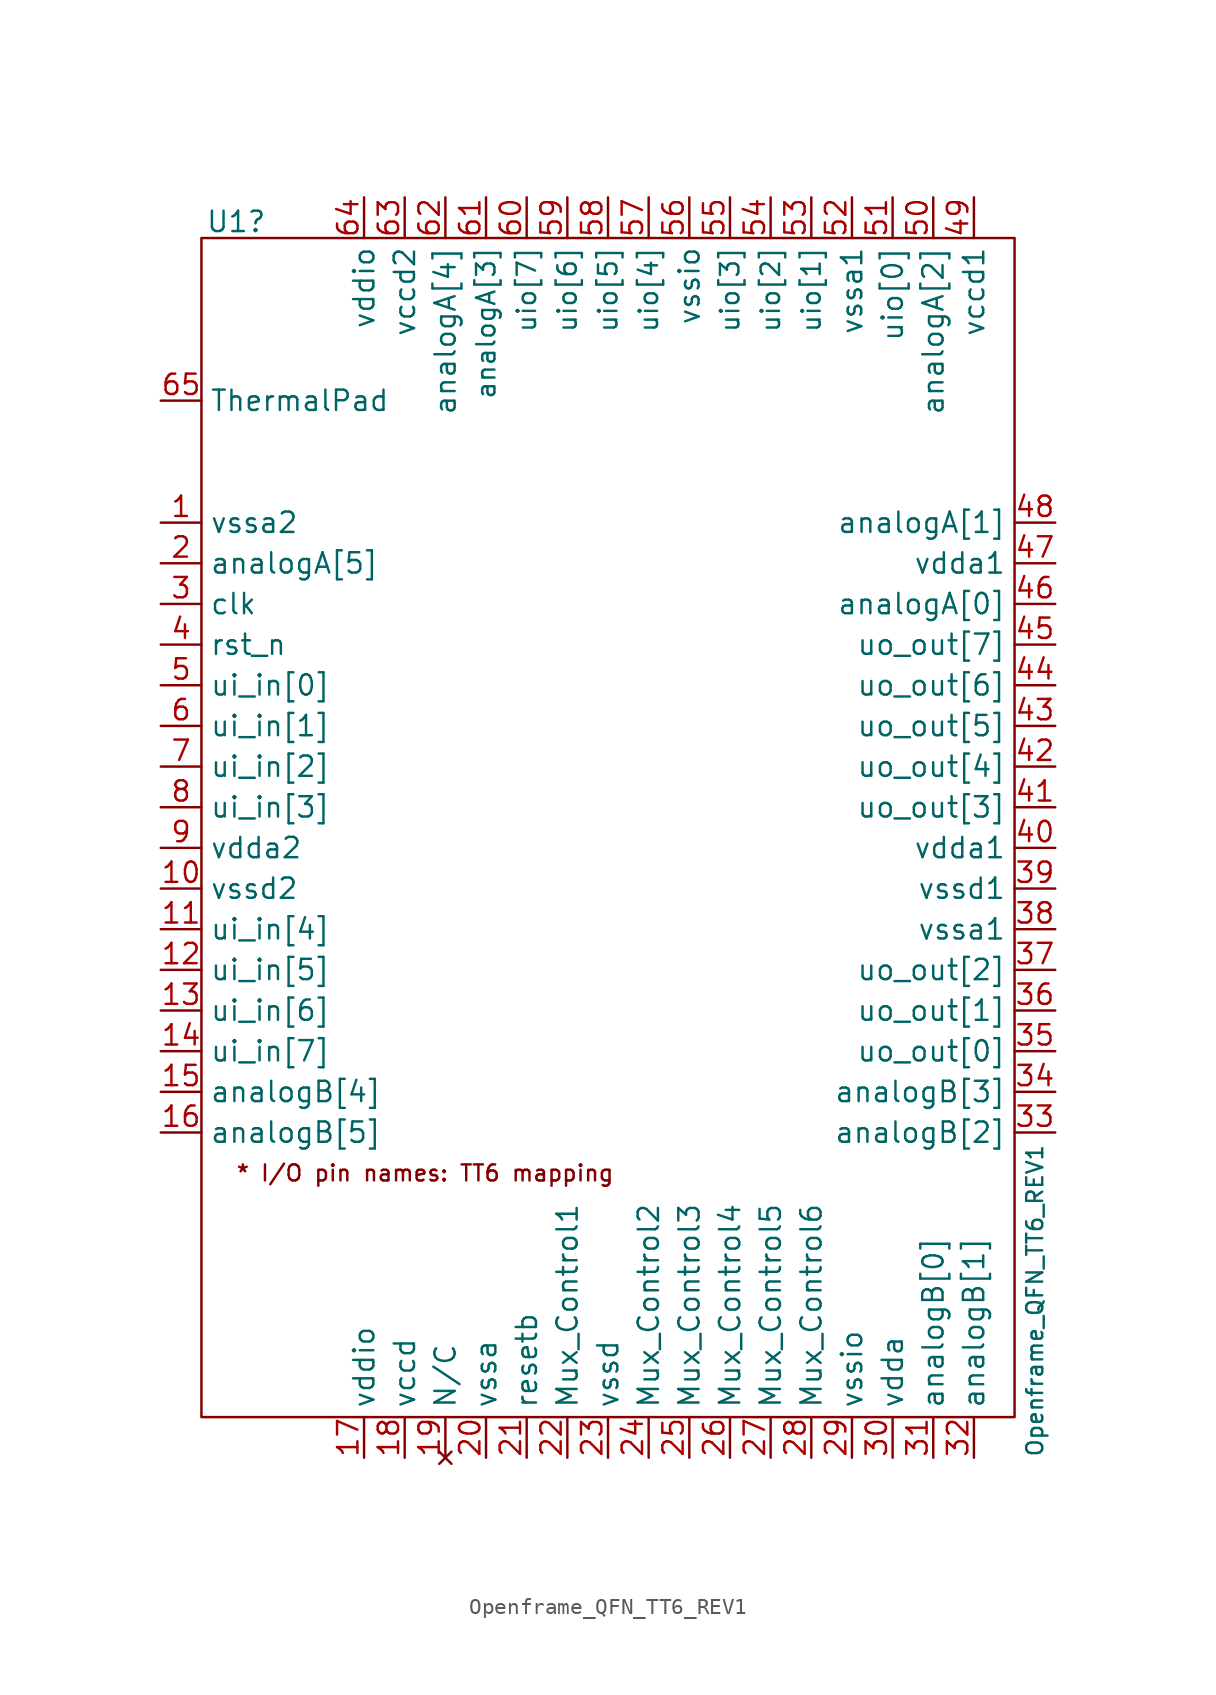
<source format=kicad_sym>
(kicad_symbol_lib
  (version 20241209)
  (generator "kicad_symbol_editor")
  (generator_version "9.0")
  (symbol "Openframe_QFN_TT6_REV1"
    (property "Reference" "U1"
      (at -26.416 41.656 0)
      (effects (font (size 1.27 1.27)) (justify left)))
    (property "Value" "Openframe_QFN_TT6_REV1"
      (at 25.4 -35.56 90)
      (effects (font (size 1 1)) (justify left)))
    (symbol "Openframe_QFN_TT6_REV1_0_1"
      (rectangle (start -26.67 40.64) (end 24.13 -33.02) (stroke (width 0) (type default)) (fill (type none))))
    (symbol "Openframe_QFN_TT6_REV1_1_1"
      (text "* I/O pin names: TT6 mapping" (at -12.7 -17.78 0) (effects (font (size 1 1))))
      (pin power_in line (at -29.21 30.48 0) (length 2.54) (name "ThermalPad" (effects (font (size 1.27 1.27)))) (number "65" (effects (font (size 1.27 1.27)))))
      (pin power_in line (at -29.21 22.86 0) (length 2.54) (name "vssa2" (effects (font (size 1.27 1.27)))) (number "1" (effects (font (size 1.27 1.27)))))
      (pin tri_state line (at -29.21 20.32 0) (length 2.54) (name "analogA[5]" (effects (font (size 1.27 1.27)))) (number "2" (effects (font (size 1.27 1.27)))))
      (pin input line (at -29.21 17.78 0) (length 2.54) (name "clk" (effects (font (size 1.27 1.27)))) (number "3" (effects (font (size 1.27 1.27)))))
      (pin input line (at -29.21 15.24 0) (length 2.54) (name "rst_n" (effects (font (size 1.27 1.27)))) (number "4" (effects (font (size 1.27 1.27)))))
      (pin input line (at -29.21 12.7 0) (length 2.54) (name "ui_in[0]" (effects (font (size 1.27 1.27)))) (number "5" (effects (font (size 1.27 1.27)))))
      (pin input line (at -29.21 10.16 0) (length 2.54) (name "ui_in[1]" (effects (font (size 1.27 1.27)))) (number "6" (effects (font (size 1.27 1.27)))))
      (pin input line (at -29.21 7.62 0) (length 2.54) (name "ui_in[2]" (effects (font (size 1.27 1.27)))) (number "7" (effects (font (size 1.27 1.27)))))
      (pin input line (at -29.21 5.08 0) (length 2.54) (name "ui_in[3]" (effects (font (size 1.27 1.27)))) (number "8" (effects (font (size 1.27 1.27)))))
      (pin power_in line (at -29.21 2.54 0) (length 2.54) (name "vdda2" (effects (font (size 1.27 1.27)))) (number "9" (effects (font (size 1.27 1.27)))))
      (pin power_in line (at -29.21 0 0) (length 2.54) (name "vssd2" (effects (font (size 1.27 1.27)))) (number "10" (effects (font (size 1.27 1.27)))))
      (pin input line (at -29.21 -2.54 0) (length 2.54) (name "ui_in[4]" (effects (font (size 1.27 1.27)))) (number "11" (effects (font (size 1.27 1.27)))))
      (pin input line (at -29.21 -5.08 0) (length 2.54) (name "ui_in[5]" (effects (font (size 1.27 1.27)))) (number "12" (effects (font (size 1.27 1.27)))))
      (pin input line (at -29.21 -7.62 0) (length 2.54) (name "ui_in[6]" (effects (font (size 1.27 1.27)))) (number "13" (effects (font (size 1.27 1.27)))))
      (pin input line (at -29.21 -10.16 0) (length 2.54) (name "ui_in[7]" (effects (font (size 1.27 1.27)))) (number "14" (effects (font (size 1.27 1.27)))))
      (pin tri_state line (at -29.21 -12.7 0) (length 2.54) (name "analogB[4]" (effects (font (size 1.27 1.27)))) (number "15" (effects (font (size 1.27 1.27)))))
      (pin tri_state line (at -29.21 -15.24 0) (length 2.54) (name "analogB[5]" (effects (font (size 1.27 1.27)))) (number "16" (effects (font (size 1.27 1.27)))))
      (pin power_in line (at -16.51 43.18 270) (length 2.54) (name "vddio" (effects (font (size 1.27 1.27)))) (number "64" (effects (font (size 1.27 1.27)))))
      (pin power_in line (at -16.51 -35.56 90) (length 2.54) (name "vddio" (effects (font (size 1.27 1.27)))) (number "17" (effects (font (size 1.27 1.27)))))
      (pin power_in line (at -13.97 43.18 270) (length 2.54) (name "vccd2" (effects (font (size 1.27 1.27)))) (number "63" (effects (font (size 1.27 1.27)))))
      (pin power_in line (at -13.97 -35.56 90) (length 2.54) (name "vccd" (effects (font (size 1.27 1.27)))) (number "18" (effects (font (size 1.27 1.27)))))
      (pin tri_state line (at -11.43 43.18 270) (length 2.54) (name "analogA[4]" (effects (font (size 1.27 1.27)))) (number "62" (effects (font (size 1.27 1.27)))))
      (pin no_connect line (at -11.43 -35.56 90) (length 2.54) (name "N/C" (effects (font (size 1.27 1.27)))) (number "19" (effects (font (size 1.27 1.27)))))
      (pin tri_state line (at -8.89 43.18 270) (length 2.54) (name "analogA[3]" (effects (font (size 1.15 1.15)))) (number "61" (effects (font (size 1.27 1.27)))))
      (pin power_in line (at -8.89 -35.56 90) (length 2.54) (name "vssa" (effects (font (size 1.27 1.27)))) (number "20" (effects (font (size 1.27 1.27)))))
      (pin bidirectional line (at -6.35 43.18 270) (length 2.54) (name "uio[7]" (effects (font (size 1.15 1.15)))) (number "60" (effects (font (size 1.27 1.27)))))
      (pin input line (at -6.35 -35.56 90) (length 2.54) (name "resetb" (effects (font (size 1.27 1.27)))) (number "21" (effects (font (size 1.27 1.27)))))
      (pin bidirectional line (at -3.81 43.18 270) (length 2.54) (name "uio[6]" (effects (font (size 1.15 1.15)))) (number "59" (effects (font (size 1.27 1.27)))))
      (pin input line (at -3.81 -35.56 90) (length 2.54) (name "Mux_Control1" (effects (font (size 1.27 1.27)))) (number "22" (effects (font (size 1.27 1.27)))))
      (pin bidirectional line (at -1.27 43.18 270) (length 2.54) (name "uio[5]" (effects (font (size 1.15 1.15)))) (number "58" (effects (font (size 1.27 1.27)))))
      (pin power_in line (at -1.27 -35.56 90) (length 2.54) (name "vssd" (effects (font (size 1.27 1.27)))) (number "23" (effects (font (size 1.27 1.27)))))
      (pin bidirectional line (at 1.27 43.18 270) (length 2.54) (name "uio[4]" (effects (font (size 1.15 1.15)))) (number "57" (effects (font (size 1.27 1.27)))))
      (pin output line (at 1.27 -35.56 90) (length 2.54) (name "Mux_Control2" (effects (font (size 1.27 1.27)))) (number "24" (effects (font (size 1.27 1.27)))))
      (pin power_in line (at 3.81 43.18 270) (length 2.54) (name "vssio" (effects (font (size 1.27 1.27)))) (number "56" (effects (font (size 1.27 1.27)))))
      (pin output line (at 3.81 -35.56 90) (length 2.54) (name "Mux_Control3" (effects (font (size 1.27 1.27)))) (number "25" (effects (font (size 1.27 1.27)))))
      (pin bidirectional line (at 6.35 43.18 270) (length 2.54) (name "uio[3]" (effects (font (size 1.15 1.15)))) (number "55" (effects (font (size 1.27 1.27)))))
      (pin bidirectional line (at 6.35 -35.56 90) (length 2.54) (name "Mux_Control4" (effects (font (size 1.27 1.27)))) (number "26" (effects (font (size 1.27 1.27)))))
      (pin bidirectional line (at 8.89 43.18 270) (length 2.54) (name "uio[2]" (effects (font (size 1.15 1.15)))) (number "54" (effects (font (size 1.27 1.27)))))
      (pin bidirectional line (at 8.89 -35.56 90) (length 2.54) (name "Mux_Control5" (effects (font (size 1.27 1.27)))) (number "27" (effects (font (size 1.27 1.27)))))
      (pin bidirectional line (at 11.43 43.18 270) (length 2.54) (name "uio[1]" (effects (font (size 1.15 1.15)))) (number "53" (effects (font (size 1.27 1.27)))))
      (pin bidirectional line (at 11.43 -35.56 90) (length 2.54) (name "Mux_Control6" (effects (font (size 1.27 1.27)))) (number "28" (effects (font (size 1.27 1.27)))))
      (pin power_in line (at 13.97 43.18 270) (length 2.54) (name "vssa1" (effects (font (size 1.27 1.27)))) (number "52" (effects (font (size 1.27 1.27)))))
      (pin power_in line (at 13.97 -35.56 90) (length 2.54) (name "vssio" (effects (font (size 1.27 1.27)))) (number "29" (effects (font (size 1.27 1.27)))))
      (pin bidirectional line (at 16.51 43.18 270) (length 2.54) (name "uio[0]" (effects (font (size 1.27 1.27)))) (number "51" (effects (font (size 1.27 1.27)))))
      (pin power_in line (at 16.51 -35.56 90) (length 2.54) (name "vdda" (effects (font (size 1.27 1.27)))) (number "30" (effects (font (size 1.27 1.27)))))
      (pin tri_state line (at 19.05 43.18 270) (length 2.54) (name "analogA[2]" (effects (font (size 1.27 1.27)))) (number "50" (effects (font (size 1.27 1.27)))))
      (pin tri_state line (at 19.05 -35.56 90) (length 2.54) (name "analogB[0]" (effects (font (size 1.27 1.27)))) (number "31" (effects (font (size 1.27 1.27)))))
      (pin power_in line (at 21.59 43.18 270) (length 2.54) (name "vccd1" (effects (font (size 1.27 1.27)))) (number "49" (effects (font (size 1.27 1.27)))))
      (pin tri_state line (at 21.59 -35.56 90) (length 2.54) (name "analogB[1]" (effects (font (size 1.27 1.27)))) (number "32" (effects (font (size 1.27 1.27)))))
      (pin tri_state line (at 26.67 22.86 180) (length 2.54) (name "analogA[1]" (effects (font (size 1.27 1.27)))) (number "48" (effects (font (size 1.27 1.27)))))
      (pin power_in line (at 26.67 20.32 180) (length 2.54) (name "vdda1" (effects (font (size 1.27 1.27)))) (number "47" (effects (font (size 1.27 1.27)))))
      (pin tri_state line (at 26.67 17.78 180) (length 2.54) (name "analogA[0]" (effects (font (size 1.27 1.27)))) (number "46" (effects (font (size 1.27 1.27)))))
      (pin output line (at 26.67 15.24 180) (length 2.54) (name "uo_out[7]" (effects (font (size 1.27 1.27)))) (number "45" (effects (font (size 1.27 1.27)))))
      (pin output line (at 26.67 12.7 180) (length 2.54) (name "uo_out[6]" (effects (font (size 1.27 1.27)))) (number "44" (effects (font (size 1.27 1.27)))))
      (pin output line (at 26.67 10.16 180) (length 2.54) (name "uo_out[5]" (effects (font (size 1.27 1.27)))) (number "43" (effects (font (size 1.27 1.27)))))
      (pin output line (at 26.67 7.62 180) (length 2.54) (name "uo_out[4]" (effects (font (size 1.27 1.27)))) (number "42" (effects (font (size 1.27 1.27)))))
      (pin output line (at 26.67 5.08 180) (length 2.54) (name "uo_out[3]" (effects (font (size 1.27 1.27)))) (number "41" (effects (font (size 1.27 1.27)))))
      (pin power_in line (at 26.67 2.54 180) (length 2.54) (name "vdda1" (effects (font (size 1.27 1.27)))) (number "40" (effects (font (size 1.27 1.27)))))
      (pin power_in line (at 26.67 0 180) (length 2.54) (name "vssd1" (effects (font (size 1.27 1.27)))) (number "39" (effects (font (size 1.27 1.27)))))
      (pin power_in line (at 26.67 -2.54 180) (length 2.54) (name "vssa1" (effects (font (size 1.27 1.27)))) (number "38" (effects (font (size 1.27 1.27)))))
      (pin output line (at 26.67 -5.08 180) (length 2.54) (name "uo_out[2]" (effects (font (size 1.27 1.27)))) (number "37" (effects (font (size 1.27 1.27)))))
      (pin output line (at 26.67 -7.62 180) (length 2.54) (name "uo_out[1]" (effects (font (size 1.27 1.27)))) (number "36" (effects (font (size 1.27 1.27)))))
      (pin output line (at 26.67 -10.16 180) (length 2.54) (name "uo_out[0]" (effects (font (size 1.27 1.27)))) (number "35" (effects (font (size 1.27 1.27)))))
      (pin tri_state line (at 26.67 -12.7 180) (length 2.54) (name "analogB[3]" (effects (font (size 1.27 1.27)))) (number "34" (effects (font (size 1.27 1.27)))))
      (pin tri_state line (at 26.67 -15.24 180) (length 2.54) (name "analogB[2]" (effects (font (size 1.27 1.27)))) (number "33" (effects (font (size 1.27 1.27))))))))
</source>
